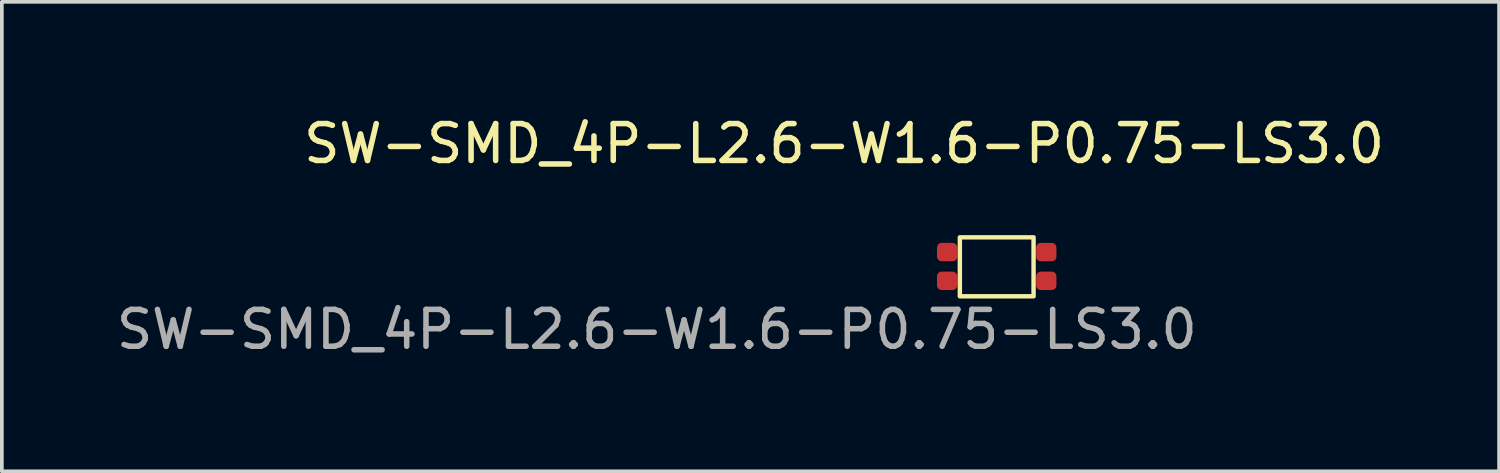
<source format=kicad_pcb>
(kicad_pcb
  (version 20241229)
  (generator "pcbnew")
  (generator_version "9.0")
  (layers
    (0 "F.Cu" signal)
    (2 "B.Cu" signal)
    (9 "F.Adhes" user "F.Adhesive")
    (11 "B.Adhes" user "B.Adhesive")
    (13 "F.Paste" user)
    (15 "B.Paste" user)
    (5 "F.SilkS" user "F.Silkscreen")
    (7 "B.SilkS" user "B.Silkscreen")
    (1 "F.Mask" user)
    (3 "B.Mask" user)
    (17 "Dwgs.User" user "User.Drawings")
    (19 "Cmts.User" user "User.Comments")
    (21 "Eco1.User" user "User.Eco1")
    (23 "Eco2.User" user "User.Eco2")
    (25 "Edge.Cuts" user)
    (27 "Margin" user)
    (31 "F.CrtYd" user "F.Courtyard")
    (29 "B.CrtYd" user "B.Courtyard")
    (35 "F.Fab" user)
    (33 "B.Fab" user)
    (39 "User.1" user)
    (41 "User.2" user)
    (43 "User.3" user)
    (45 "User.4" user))
  (footprint "SW-SMD_4P-L2.6-W1.6-P0.75-LS3.0"
    (layer "F.Cu")
    (at 22.388 3.388)
    (property "Reference" "SW-SMD_4P-L2.6-W1.6-P0.75-LS3.0" (at -2.54 -2.54 0) (unlocked yes) (layer "F.SilkS") (effects (font (size 1 1) (thickness 0.15))))
    (attr smd)
    (fp_rect (start 0.6 1.6) (end 2.6 0) (stroke (width 0.12) (type default)) (fill no) (layer "F.SilkS"))
    (fp_text user "${REFERENCE}" (at -7.62 2.5 0) (unlocked yes) (layer "F.Fab") (effects (font (size 1 1) (thickness 0.15))))
    (pad "1" smd roundrect (at 0.255 0.4) (size 0.55 0.5) (layers "F.Cu" "F.Mask" "F.Paste") (roundrect_rratio 0.25))
    (pad "2" smd roundrect (at 0.255 1.18) (size 0.55 0.5) (layers "F.Cu" "F.Mask" "F.Paste") (roundrect_rratio 0.25))
    (pad "3" smd roundrect (at 2.945 0.4) (size 0.55 0.5) (layers "F.Cu" "F.Mask" "F.Paste") (roundrect_rratio 0.25))
    (pad "4" smd roundrect (at 2.945 1.18) (size 0.55 0.5) (layers "F.Cu" "F.Mask" "F.Paste") (roundrect_rratio 0.25)))
  (gr_rect
    (start -3 -3)
    (end 37.616 9.736)
    (stroke (width 0.1) (type default))
    (fill no)
    (layer "Edge.Cuts")))
</source>
